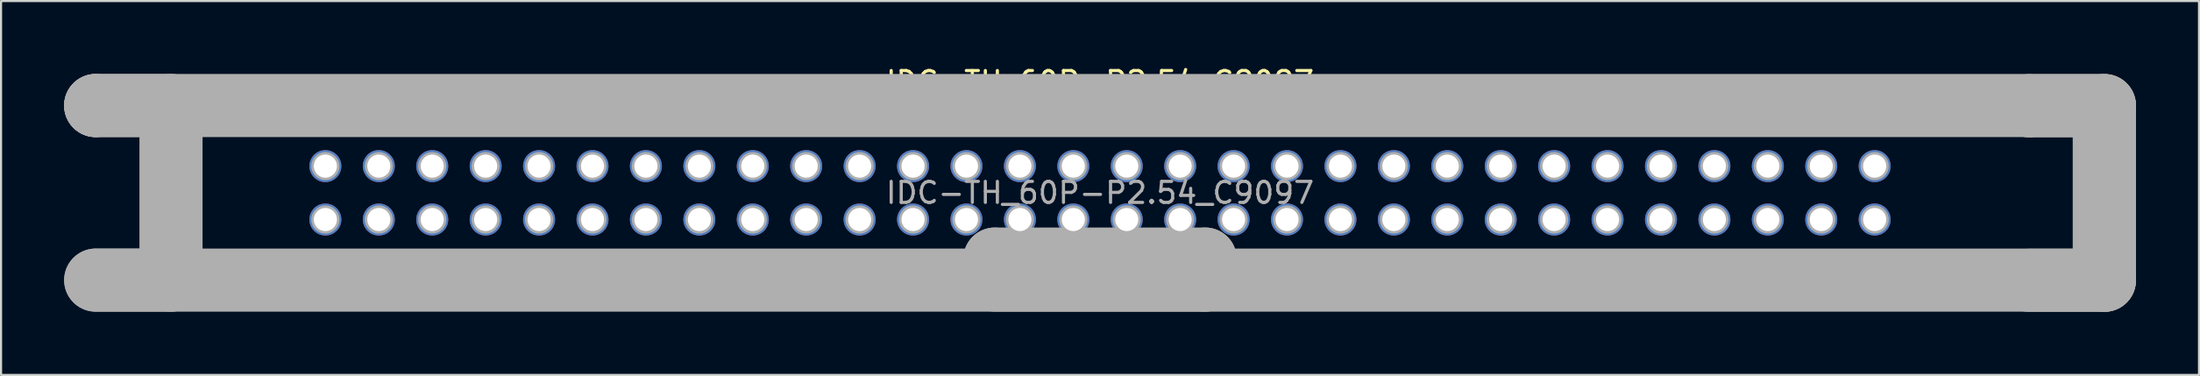
<source format=kicad_pcb>
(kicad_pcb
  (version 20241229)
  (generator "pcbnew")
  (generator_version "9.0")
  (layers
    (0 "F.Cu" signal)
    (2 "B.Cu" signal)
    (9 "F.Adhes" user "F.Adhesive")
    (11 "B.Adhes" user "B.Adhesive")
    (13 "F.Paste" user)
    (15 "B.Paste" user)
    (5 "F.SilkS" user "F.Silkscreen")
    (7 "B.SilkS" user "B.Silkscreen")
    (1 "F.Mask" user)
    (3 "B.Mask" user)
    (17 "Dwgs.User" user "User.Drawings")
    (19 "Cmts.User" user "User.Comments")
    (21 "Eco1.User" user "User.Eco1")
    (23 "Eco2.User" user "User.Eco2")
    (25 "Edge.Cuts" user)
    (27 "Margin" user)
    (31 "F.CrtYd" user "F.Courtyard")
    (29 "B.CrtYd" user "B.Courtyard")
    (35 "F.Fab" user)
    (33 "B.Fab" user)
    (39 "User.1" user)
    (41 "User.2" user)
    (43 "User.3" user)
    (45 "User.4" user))
  (footprint "IDC-TH_60P-P2.54_C9097"
    (layer "F.Cu")
    (at 49.25 6.118)
    (property "Reference" "IDC-TH_60P-P2.54_C9097" (at 0 -5.27 0) (layer "F.SilkS") (effects (font (size 1 1) (thickness 0.15))))
    (attr through_hole)
    (fp_line (start -47.75 -4.15) (end -47.75 -4.15) (stroke (width 3) (type solid)) (layer "F.Fab"))
    (fp_line (start -47.75 -4.15) (end -47.75 -4.15) (stroke (width 3) (type solid)) (layer "F.Fab"))
    (fp_line (start -47.75 -4.15) (end -44.17 -4.15) (stroke (width 3) (type solid)) (layer "F.Fab"))
    (fp_line (start -47.75 -4.15) (end 47.75 -4.15) (stroke (width 3) (type solid)) (layer "F.Fab"))
    (fp_line (start -44.17 -4.15) (end -44.17 4.15) (stroke (width 3) (type solid)) (layer "F.Fab"))
    (fp_line (start -44.17 4.15) (end -47.75 4.15) (stroke (width 3) (type solid)) (layer "F.Fab"))
    (fp_line (start -5 3.15) (end -5 3.15) (stroke (width 3) (type solid)) (layer "F.Fab"))
    (fp_line (start -5 3.15) (end 5 3.15) (stroke (width 3) (type solid)) (layer "F.Fab"))
    (fp_line (start 5 3.15) (end 5 4.15) (stroke (width 3) (type solid)) (layer "F.Fab"))
    (fp_line (start 5 4.15) (end -5 4.15) (stroke (width 3) (type solid)) (layer "F.Fab"))
    (fp_line (start 44.17 -4.14) (end 44.17 -4.14) (stroke (width 3) (type solid)) (layer "F.Fab"))
    (fp_line (start 44.17 -4.14) (end 47.75 -4.14) (stroke (width 3) (type solid)) (layer "F.Fab"))
    (fp_line (start 47.75 -4.15) (end 47.75 4.15) (stroke (width 3) (type solid)) (layer "F.Fab"))
    (fp_line (start 47.75 -4.14) (end 47.75 4.16) (stroke (width 3) (type solid)) (layer "F.Fab"))
    (fp_line (start 47.75 4.15) (end -47.75 4.15) (stroke (width 3) (type solid)) (layer "F.Fab"))
    (fp_line (start 47.75 4.16) (end 44.17 4.16) (stroke (width 3) (type solid)) (layer "F.Fab"))
    (fp_circle (center -47.88 4.29) (end -47.85 4.29) (stroke (width 0.06) (type solid)) (fill no) (layer "F.Fab"))
    (fp_circle (center -36.83 -1.27) (end -36.61 -1.27) (stroke (width 0.45) (type solid)) (fill no) (layer "F.Fab"))
    (fp_circle (center -36.83 1.27) (end -36.61 1.27) (stroke (width 0.45) (type solid)) (fill no) (layer "F.Fab"))
    (fp_circle (center -34.29 -1.27) (end -34.07 -1.27) (stroke (width 0.45) (type solid)) (fill no) (layer "F.Fab"))
    (fp_circle (center -34.29 1.27) (end -34.07 1.27) (stroke (width 0.45) (type solid)) (fill no) (layer "F.Fab"))
    (fp_circle (center -31.75 -1.27) (end -31.53 -1.27) (stroke (width 0.45) (type solid)) (fill no) (layer "F.Fab"))
    (fp_circle (center -31.75 1.27) (end -31.53 1.27) (stroke (width 0.45) (type solid)) (fill no) (layer "F.Fab"))
    (fp_circle (center -29.21 -1.27) (end -28.99 -1.27) (stroke (width 0.45) (type solid)) (fill no) (layer "F.Fab"))
    (fp_circle (center -29.21 1.27) (end -28.99 1.27) (stroke (width 0.45) (type solid)) (fill no) (layer "F.Fab"))
    (fp_circle (center -26.67 -1.27) (end -26.45 -1.27) (stroke (width 0.45) (type solid)) (fill no) (layer "F.Fab"))
    (fp_circle (center -26.67 1.27) (end -26.45 1.27) (stroke (width 0.45) (type solid)) (fill no) (layer "F.Fab"))
    (fp_circle (center -24.13 -1.27) (end -23.91 -1.27) (stroke (width 0.45) (type solid)) (fill no) (layer "F.Fab"))
    (fp_circle (center -24.13 1.27) (end -23.91 1.27) (stroke (width 0.45) (type solid)) (fill no) (layer "F.Fab"))
    (fp_circle (center -21.59 -1.27) (end -21.37 -1.27) (stroke (width 0.45) (type solid)) (fill no) (layer "F.Fab"))
    (fp_circle (center -21.59 1.27) (end -21.37 1.27) (stroke (width 0.45) (type solid)) (fill no) (layer "F.Fab"))
    (fp_circle (center -19.05 -1.27) (end -18.83 -1.27) (stroke (width 0.45) (type solid)) (fill no) (layer "F.Fab"))
    (fp_circle (center -19.05 1.27) (end -18.83 1.27) (stroke (width 0.45) (type solid)) (fill no) (layer "F.Fab"))
    (fp_circle (center -16.51 -1.27) (end -16.29 -1.27) (stroke (width 0.45) (type solid)) (fill no) (layer "F.Fab"))
    (fp_circle (center -16.51 1.27) (end -16.29 1.27) (stroke (width 0.45) (type solid)) (fill no) (layer "F.Fab"))
    (fp_circle (center -13.97 -1.27) (end -13.75 -1.27) (stroke (width 0.45) (type solid)) (fill no) (layer "F.Fab"))
    (fp_circle (center -13.97 1.27) (end -13.75 1.27) (stroke (width 0.45) (type solid)) (fill no) (layer "F.Fab"))
    (fp_circle (center -11.43 -1.27) (end -11.21 -1.27) (stroke (width 0.45) (type solid)) (fill no) (layer "F.Fab"))
    (fp_circle (center -11.43 1.27) (end -11.21 1.27) (stroke (width 0.45) (type solid)) (fill no) (layer "F.Fab"))
    (fp_circle (center -8.89 -1.27) (end -8.67 -1.27) (stroke (width 0.45) (type solid)) (fill no) (layer "F.Fab"))
    (fp_circle (center -8.89 1.27) (end -8.67 1.27) (stroke (width 0.45) (type solid)) (fill no) (layer "F.Fab"))
    (fp_circle (center -6.35 -1.27) (end -6.13 -1.27) (stroke (width 0.45) (type solid)) (fill no) (layer "F.Fab"))
    (fp_circle (center -6.35 1.27) (end -6.13 1.27) (stroke (width 0.45) (type solid)) (fill no) (layer "F.Fab"))
    (fp_circle (center -3.81 -1.27) (end -3.59 -1.27) (stroke (width 0.45) (type solid)) (fill no) (layer "F.Fab"))
    (fp_circle (center -3.81 1.27) (end -3.59 1.27) (stroke (width 0.45) (type solid)) (fill no) (layer "F.Fab"))
    (fp_circle (center -1.27 -1.27) (end -1.05 -1.27) (stroke (width 0.45) (type solid)) (fill no) (layer "F.Fab"))
    (fp_circle (center -1.27 1.27) (end -1.05 1.27) (stroke (width 0.45) (type solid)) (fill no) (layer "F.Fab"))
    (fp_circle (center 1.27 -1.27) (end 1.49 -1.27) (stroke (width 0.45) (type solid)) (fill no) (layer "F.Fab"))
    (fp_circle (center 1.27 1.27) (end 1.49 1.27) (stroke (width 0.45) (type solid)) (fill no) (layer "F.Fab"))
    (fp_circle (center 3.81 -1.27) (end 4.03 -1.27) (stroke (width 0.45) (type solid)) (fill no) (layer "F.Fab"))
    (fp_circle (center 3.81 1.27) (end 4.03 1.27) (stroke (width 0.45) (type solid)) (fill no) (layer "F.Fab"))
    (fp_circle (center 6.35 -1.27) (end 6.57 -1.27) (stroke (width 0.45) (type solid)) (fill no) (layer "F.Fab"))
    (fp_circle (center 6.35 1.27) (end 6.57 1.27) (stroke (width 0.45) (type solid)) (fill no) (layer "F.Fab"))
    (fp_circle (center 8.89 -1.27) (end 9.11 -1.27) (stroke (width 0.45) (type solid)) (fill no) (layer "F.Fab"))
    (fp_circle (center 8.89 1.27) (end 9.11 1.27) (stroke (width 0.45) (type solid)) (fill no) (layer "F.Fab"))
    (fp_circle (center 11.43 -1.27) (end 11.65 -1.27) (stroke (width 0.45) (type solid)) (fill no) (layer "F.Fab"))
    (fp_circle (center 11.43 1.27) (end 11.65 1.27) (stroke (width 0.45) (type solid)) (fill no) (layer "F.Fab"))
    (fp_circle (center 13.97 -1.27) (end 14.19 -1.27) (stroke (width 0.45) (type solid)) (fill no) (layer "F.Fab"))
    (fp_circle (center 13.97 1.27) (end 14.19 1.27) (stroke (width 0.45) (type solid)) (fill no) (layer "F.Fab"))
    (fp_circle (center 16.51 -1.27) (end 16.73 -1.27) (stroke (width 0.45) (type solid)) (fill no) (layer "F.Fab"))
    (fp_circle (center 16.51 1.27) (end 16.73 1.27) (stroke (width 0.45) (type solid)) (fill no) (layer "F.Fab"))
    (fp_circle (center 19.05 -1.27) (end 19.27 -1.27) (stroke (width 0.45) (type solid)) (fill no) (layer "F.Fab"))
    (fp_circle (center 19.05 1.27) (end 19.27 1.27) (stroke (width 0.45) (type solid)) (fill no) (layer "F.Fab"))
    (fp_circle (center 21.59 -1.27) (end 21.81 -1.27) (stroke (width 0.45) (type solid)) (fill no) (layer "F.Fab"))
    (fp_circle (center 21.59 1.27) (end 21.81 1.27) (stroke (width 0.45) (type solid)) (fill no) (layer "F.Fab"))
    (fp_circle (center 24.13 -1.27) (end 24.35 -1.27) (stroke (width 0.45) (type solid)) (fill no) (layer "F.Fab"))
    (fp_circle (center 24.13 1.27) (end 24.35 1.27) (stroke (width 0.45) (type solid)) (fill no) (layer "F.Fab"))
    (fp_circle (center 26.67 -1.27) (end 26.89 -1.27) (stroke (width 0.45) (type solid)) (fill no) (layer "F.Fab"))
    (fp_circle (center 26.67 1.27) (end 26.89 1.27) (stroke (width 0.45) (type solid)) (fill no) (layer "F.Fab"))
    (fp_circle (center 29.21 -1.27) (end 29.43 -1.27) (stroke (width 0.45) (type solid)) (fill no) (layer "F.Fab"))
    (fp_circle (center 29.21 1.27) (end 29.43 1.27) (stroke (width 0.45) (type solid)) (fill no) (layer "F.Fab"))
    (fp_circle (center 31.75 -1.27) (end 31.97 -1.27) (stroke (width 0.45) (type solid)) (fill no) (layer "F.Fab"))
    (fp_circle (center 31.75 1.27) (end 31.97 1.27) (stroke (width 0.45) (type solid)) (fill no) (layer "F.Fab"))
    (fp_circle (center 34.29 -1.27) (end 34.51 -1.27) (stroke (width 0.45) (type solid)) (fill no) (layer "F.Fab"))
    (fp_circle (center 34.29 1.27) (end 34.51 1.27) (stroke (width 0.45) (type solid)) (fill no) (layer "F.Fab"))
    (fp_circle (center 36.83 -1.27) (end 37.05 -1.27) (stroke (width 0.45) (type solid)) (fill no) (layer "F.Fab"))
    (fp_circle (center 36.83 1.27) (end 37.05 1.27) (stroke (width 0.45) (type solid)) (fill no) (layer "F.Fab"))
    (fp_text user "${REFERENCE}" (at 0 0 0) (layer "F.Fab") (effects (font (size 1 1) (thickness 0.15))))
    (pad "1" thru_hole circle (at -36.83 1.27) (size 1.52 1.52) (drill 1.1) (layers "*.Cu" "*.Paste" "*.Mask"))
    (pad "2" thru_hole circle (at -36.83 -1.27) (size 1.52 1.52) (drill 1.1) (layers "*.Cu" "*.Paste" "*.Mask"))
    (pad "3" thru_hole circle (at -34.29 1.27) (size 1.52 1.52) (drill 1.1) (layers "*.Cu" "*.Paste" "*.Mask"))
    (pad "4" thru_hole circle (at -34.29 -1.27) (size 1.52 1.52) (drill 1.1) (layers "*.Cu" "*.Paste" "*.Mask"))
    (pad "5" thru_hole circle (at -31.75 1.27) (size 1.52 1.52) (drill 1.1) (layers "*.Cu" "*.Paste" "*.Mask"))
    (pad "6" thru_hole circle (at -31.75 -1.27) (size 1.52 1.52) (drill 1.1) (layers "*.Cu" "*.Paste" "*.Mask"))
    (pad "7" thru_hole circle (at -29.21 1.27) (size 1.52 1.52) (drill 1.1) (layers "*.Cu" "*.Paste" "*.Mask"))
    (pad "8" thru_hole circle (at -29.21 -1.27) (size 1.52 1.52) (drill 1.1) (layers "*.Cu" "*.Paste" "*.Mask"))
    (pad "9" thru_hole circle (at -26.67 1.27) (size 1.52 1.52) (drill 1.1) (layers "*.Cu" "*.Paste" "*.Mask"))
    (pad "10" thru_hole circle (at -26.67 -1.27) (size 1.52 1.52) (drill 1.1) (layers "*.Cu" "*.Paste" "*.Mask"))
    (pad "11" thru_hole circle (at -24.13 1.27) (size 1.52 1.52) (drill 1.1) (layers "*.Cu" "*.Paste" "*.Mask"))
    (pad "12" thru_hole circle (at -24.13 -1.27) (size 1.52 1.52) (drill 1.1) (layers "*.Cu" "*.Paste" "*.Mask"))
    (pad "13" thru_hole circle (at -21.59 1.27) (size 1.52 1.52) (drill 1.1) (layers "*.Cu" "*.Paste" "*.Mask"))
    (pad "14" thru_hole circle (at -21.59 -1.27) (size 1.52 1.52) (drill 1.1) (layers "*.Cu" "*.Paste" "*.Mask"))
    (pad "15" thru_hole circle (at -19.05 1.27) (size 1.52 1.52) (drill 1.1) (layers "*.Cu" "*.Paste" "*.Mask"))
    (pad "16" thru_hole circle (at -19.05 -1.27) (size 1.52 1.52) (drill 1.1) (layers "*.Cu" "*.Paste" "*.Mask"))
    (pad "17" thru_hole circle (at -16.51 1.27) (size 1.52 1.52) (drill 1.1) (layers "*.Cu" "*.Paste" "*.Mask"))
    (pad "18" thru_hole circle (at -16.51 -1.27) (size 1.52 1.52) (drill 1.1) (layers "*.Cu" "*.Paste" "*.Mask"))
    (pad "19" thru_hole circle (at -13.97 1.27) (size 1.52 1.52) (drill 1.1) (layers "*.Cu" "*.Paste" "*.Mask"))
    (pad "20" thru_hole circle (at -13.97 -1.27) (size 1.52 1.52) (drill 1.1) (layers "*.Cu" "*.Paste" "*.Mask"))
    (pad "21" thru_hole circle (at -11.43 1.27) (size 1.52 1.52) (drill 1.1) (layers "*.Cu" "*.Paste" "*.Mask"))
    (pad "22" thru_hole circle (at -11.43 -1.27) (size 1.52 1.52) (drill 1.1) (layers "*.Cu" "*.Paste" "*.Mask"))
    (pad "23" thru_hole circle (at -8.89 1.27) (size 1.52 1.52) (drill 1.1) (layers "*.Cu" "*.Paste" "*.Mask"))
    (pad "24" thru_hole circle (at -8.89 -1.27) (size 1.52 1.52) (drill 1.1) (layers "*.Cu" "*.Paste" "*.Mask"))
    (pad "25" thru_hole circle (at -6.35 1.27) (size 1.52 1.52) (drill 1.1) (layers "*.Cu" "*.Paste" "*.Mask"))
    (pad "26" thru_hole circle (at -6.35 -1.27) (size 1.52 1.52) (drill 1.1) (layers "*.Cu" "*.Paste" "*.Mask"))
    (pad "27" thru_hole circle (at -3.81 1.27) (size 1.52 1.52) (drill 1.1) (layers "*.Cu" "*.Paste" "*.Mask"))
    (pad "28" thru_hole circle (at -3.81 -1.27) (size 1.52 1.52) (drill 1.1) (layers "*.Cu" "*.Paste" "*.Mask"))
    (pad "29" thru_hole circle (at -1.27 1.27) (size 1.52 1.52) (drill 1.1) (layers "*.Cu" "*.Paste" "*.Mask"))
    (pad "30" thru_hole circle (at -1.27 -1.27) (size 1.52 1.52) (drill 1.1) (layers "*.Cu" "*.Paste" "*.Mask"))
    (pad "31" thru_hole circle (at 1.27 1.27) (size 1.52 1.52) (drill 1.1) (layers "*.Cu" "*.Paste" "*.Mask"))
    (pad "32" thru_hole circle (at 1.27 -1.27) (size 1.52 1.52) (drill 1.1) (layers "*.Cu" "*.Paste" "*.Mask"))
    (pad "33" thru_hole circle (at 3.81 1.27) (size 1.52 1.52) (drill 1.1) (layers "*.Cu" "*.Paste" "*.Mask"))
    (pad "34" thru_hole circle (at 3.81 -1.27) (size 1.52 1.52) (drill 1.1) (layers "*.Cu" "*.Paste" "*.Mask"))
    (pad "35" thru_hole circle (at 6.35 1.27) (size 1.52 1.52) (drill 1.1) (layers "*.Cu" "*.Paste" "*.Mask"))
    (pad "36" thru_hole circle (at 6.35 -1.27) (size 1.52 1.52) (drill 1.1) (layers "*.Cu" "*.Paste" "*.Mask"))
    (pad "37" thru_hole circle (at 8.89 1.27) (size 1.52 1.52) (drill 1.1) (layers "*.Cu" "*.Paste" "*.Mask"))
    (pad "38" thru_hole circle (at 8.89 -1.27) (size 1.52 1.52) (drill 1.1) (layers "*.Cu" "*.Paste" "*.Mask"))
    (pad "39" thru_hole circle (at 11.43 1.27) (size 1.52 1.52) (drill 1.1) (layers "*.Cu" "*.Paste" "*.Mask"))
    (pad "40" thru_hole circle (at 11.43 -1.27) (size 1.52 1.52) (drill 1.1) (layers "*.Cu" "*.Paste" "*.Mask"))
    (pad "41" thru_hole circle (at 13.97 1.27) (size 1.52 1.52) (drill 1.1) (layers "*.Cu" "*.Paste" "*.Mask"))
    (pad "42" thru_hole circle (at 13.97 -1.27) (size 1.52 1.52) (drill 1.1) (layers "*.Cu" "*.Paste" "*.Mask"))
    (pad "43" thru_hole circle (at 16.51 1.27) (size 1.52 1.52) (drill 1.1) (layers "*.Cu" "*.Paste" "*.Mask"))
    (pad "44" thru_hole circle (at 16.51 -1.27) (size 1.52 1.52) (drill 1.1) (layers "*.Cu" "*.Paste" "*.Mask"))
    (pad "45" thru_hole circle (at 19.05 1.27) (size 1.52 1.52) (drill 1.1) (layers "*.Cu" "*.Paste" "*.Mask"))
    (pad "46" thru_hole circle (at 19.05 -1.27) (size 1.52 1.52) (drill 1.1) (layers "*.Cu" "*.Paste" "*.Mask"))
    (pad "47" thru_hole circle (at 21.59 1.27) (size 1.52 1.52) (drill 1.1) (layers "*.Cu" "*.Paste" "*.Mask"))
    (pad "48" thru_hole circle (at 21.59 -1.27) (size 1.52 1.52) (drill 1.1) (layers "*.Cu" "*.Paste" "*.Mask"))
    (pad "49" thru_hole circle (at 24.13 1.27) (size 1.52 1.52) (drill 1.1) (layers "*.Cu" "*.Paste" "*.Mask"))
    (pad "50" thru_hole circle (at 24.13 -1.27) (size 1.52 1.52) (drill 1.1) (layers "*.Cu" "*.Paste" "*.Mask"))
    (pad "51" thru_hole circle (at 26.67 1.27) (size 1.52 1.52) (drill 1.1) (layers "*.Cu" "*.Paste" "*.Mask"))
    (pad "52" thru_hole circle (at 26.67 -1.27) (size 1.52 1.52) (drill 1.1) (layers "*.Cu" "*.Paste" "*.Mask"))
    (pad "53" thru_hole circle (at 29.21 1.27) (size 1.52 1.52) (drill 1.1) (layers "*.Cu" "*.Paste" "*.Mask"))
    (pad "54" thru_hole circle (at 29.21 -1.27) (size 1.52 1.52) (drill 1.1) (layers "*.Cu" "*.Paste" "*.Mask"))
    (pad "55" thru_hole circle (at 31.75 1.27) (size 1.52 1.52) (drill 1.1) (layers "*.Cu" "*.Paste" "*.Mask"))
    (pad "56" thru_hole circle (at 31.75 -1.27) (size 1.52 1.52) (drill 1.1) (layers "*.Cu" "*.Paste" "*.Mask"))
    (pad "57" thru_hole circle (at 34.29 1.27) (size 1.52 1.52) (drill 1.1) (layers "*.Cu" "*.Paste" "*.Mask"))
    (pad "58" thru_hole circle (at 34.29 -1.27) (size 1.52 1.52) (drill 1.1) (layers "*.Cu" "*.Paste" "*.Mask"))
    (pad "59" thru_hole circle (at 36.83 1.27) (size 1.52 1.52) (drill 1.1) (layers "*.Cu" "*.Paste" "*.Mask"))
    (pad "60" thru_hole circle (at 36.83 -1.27) (size 1.52 1.52) (drill 1.1) (layers "*.Cu" "*.Paste" "*.Mask")))
  (gr_rect
    (start -3 -3)
    (end 101.5 14.778)
    (stroke (width 0.1) (type default))
    (fill no)
    (layer "Edge.Cuts")))
</source>
